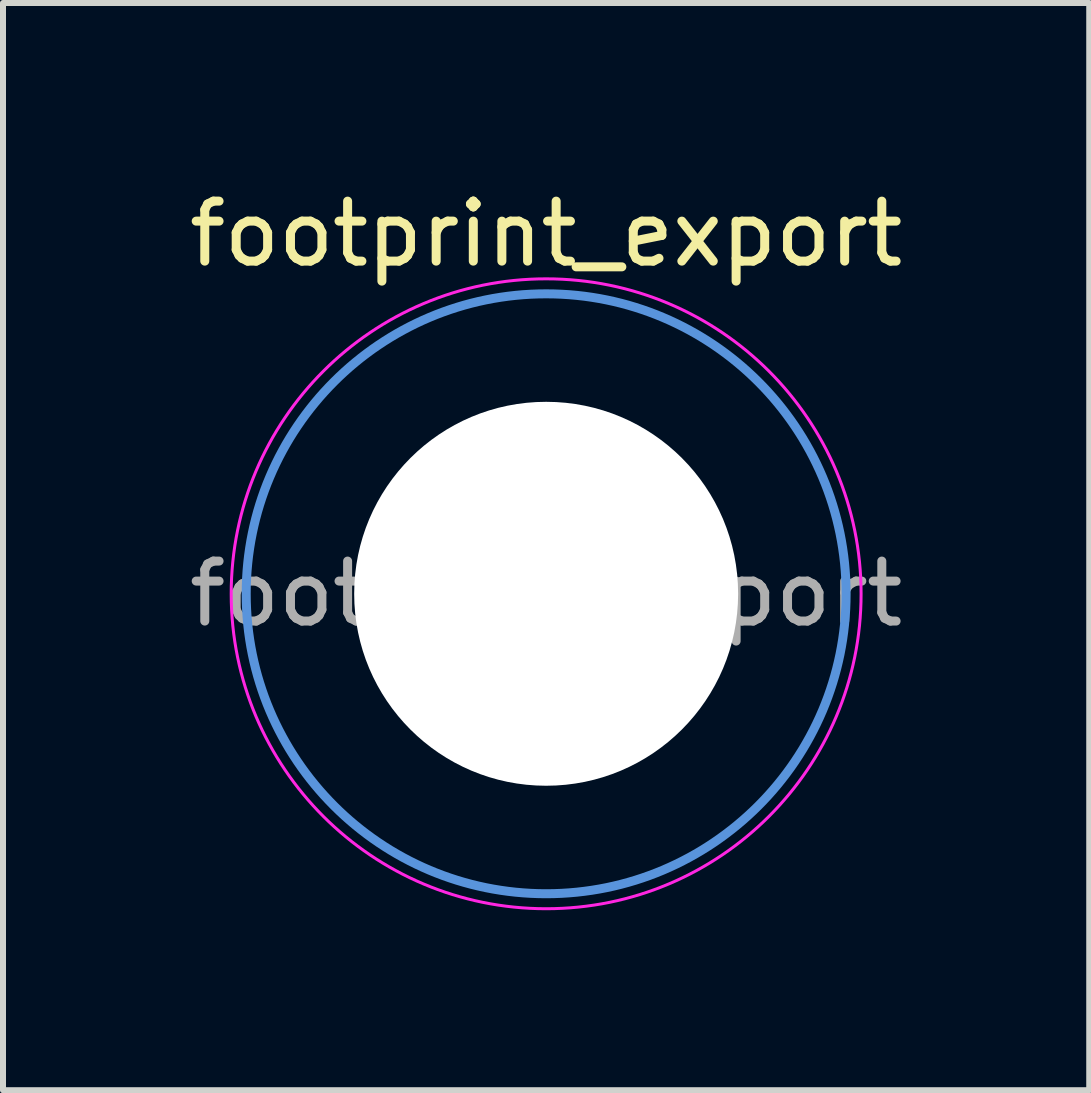
<source format=kicad_pcb>
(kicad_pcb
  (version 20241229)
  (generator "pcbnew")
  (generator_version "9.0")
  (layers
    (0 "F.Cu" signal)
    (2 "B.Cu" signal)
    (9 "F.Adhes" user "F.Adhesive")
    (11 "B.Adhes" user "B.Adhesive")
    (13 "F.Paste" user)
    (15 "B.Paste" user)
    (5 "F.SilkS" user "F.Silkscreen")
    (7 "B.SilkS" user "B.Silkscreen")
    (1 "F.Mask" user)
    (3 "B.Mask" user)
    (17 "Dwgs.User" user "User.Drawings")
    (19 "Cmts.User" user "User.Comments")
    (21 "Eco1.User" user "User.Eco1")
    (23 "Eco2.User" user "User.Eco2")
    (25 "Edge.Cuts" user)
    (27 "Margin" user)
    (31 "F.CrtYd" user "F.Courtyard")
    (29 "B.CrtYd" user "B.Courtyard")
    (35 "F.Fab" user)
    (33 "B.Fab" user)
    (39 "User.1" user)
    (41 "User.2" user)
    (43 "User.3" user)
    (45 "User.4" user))
  (footprint "footprint_export"
    (layer "F.Cu")
    (at 6.054 6.848)
    (property "Reference" "footprint_export" (at 0 -6 0) (layer "F.SilkS") (effects (font (size 1 1) (thickness 0.15))))
    (attr exclude_from_pos_files exclude_from_bom)
    (fp_circle (center 0 0) (end 5 0) (stroke (width 0.15) (type solid)) (fill no) (layer "Cmts.User"))
    (fp_circle (center 0 0) (end 5.25 0) (stroke (width 0.05) (type solid)) (fill no) (layer "F.CrtYd"))
    (fp_text user "${REFERENCE}" (at 0 0 0) (layer "F.Fab") (effects (font (size 1 1) (thickness 0.15))))
    (pad "" np_thru_hole circle (at 0 0) (size 6.4 6.4) (drill 6.4) (layers "*.Cu" "*.Mask")))
  (gr_rect
    (start -3 -3)
    (end 15.107 15.123)
    (stroke (width 0.1) (type default))
    (fill no)
    (layer "Edge.Cuts")))
</source>
